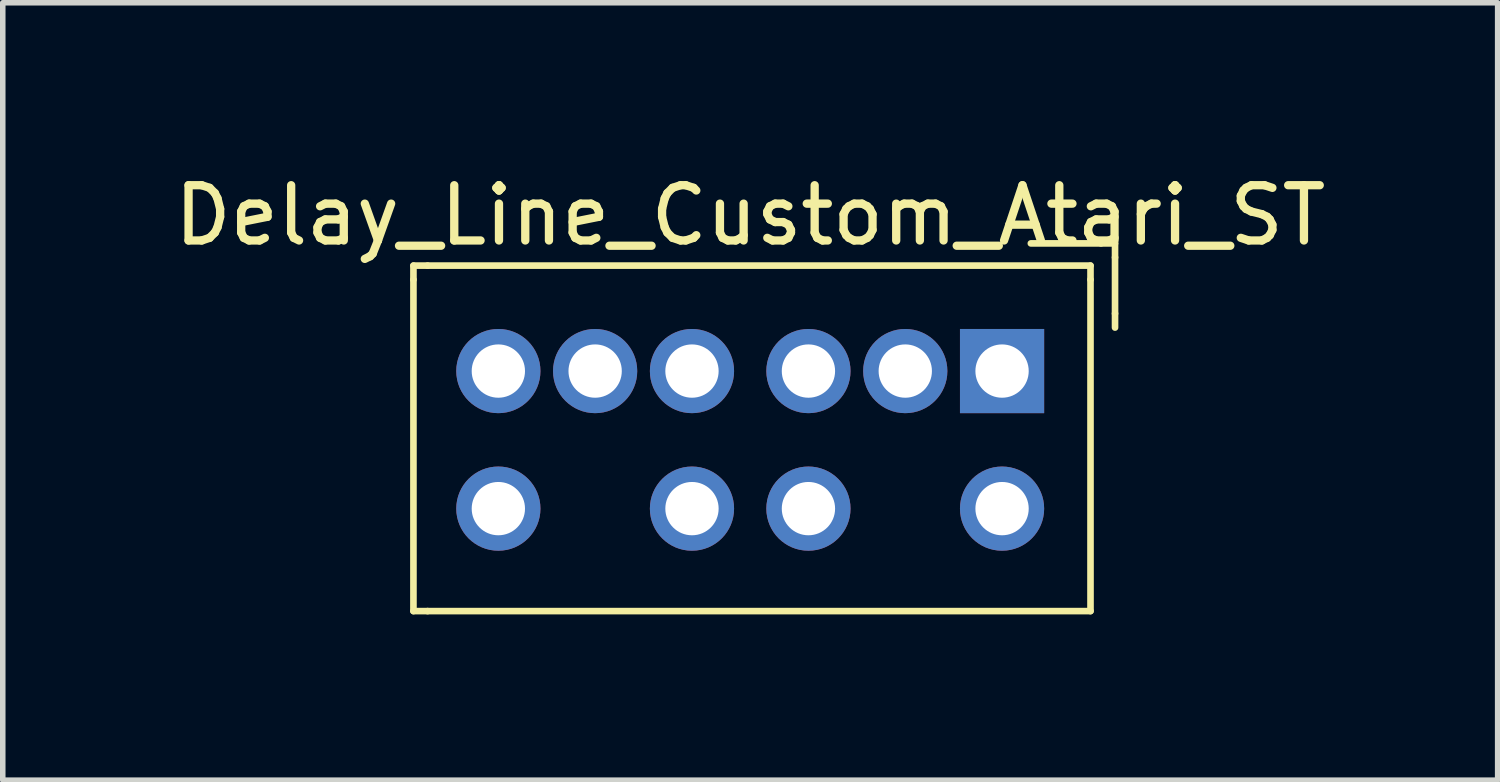
<source format=kicad_pcb>
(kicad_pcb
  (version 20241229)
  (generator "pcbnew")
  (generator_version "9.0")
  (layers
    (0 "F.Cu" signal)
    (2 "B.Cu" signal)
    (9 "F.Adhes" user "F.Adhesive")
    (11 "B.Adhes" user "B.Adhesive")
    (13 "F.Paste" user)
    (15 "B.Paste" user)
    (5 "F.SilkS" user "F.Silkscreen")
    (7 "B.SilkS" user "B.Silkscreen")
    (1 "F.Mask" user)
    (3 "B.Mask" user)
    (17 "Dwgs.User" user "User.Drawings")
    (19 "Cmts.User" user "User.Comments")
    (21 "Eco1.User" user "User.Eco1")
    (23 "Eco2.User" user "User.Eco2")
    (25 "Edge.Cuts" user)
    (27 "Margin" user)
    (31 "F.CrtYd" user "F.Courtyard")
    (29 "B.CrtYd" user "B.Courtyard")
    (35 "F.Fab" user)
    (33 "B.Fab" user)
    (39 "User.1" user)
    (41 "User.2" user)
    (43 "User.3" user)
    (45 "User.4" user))
  (footprint "Delay_Line_Custom_Atari_ST"
    (layer "F.Cu")
    (at 10.53 4.912)
    (property "Reference" "Delay_Line_Custom_Atari_ST" (at 0 -4.064 0) (layer "F.SilkS") (effects (font (size 1 1) (thickness 0.15))))
    (attr through_hole)
    (fp_line (start -6.096 -2.9) (end -6.096 -3.154) (stroke (width 0.12) (type solid)) (layer "F.SilkS"))
    (fp_line (start -6.096 3.1) (end -6.096 -2.9) (stroke (width 0.12) (type solid)) (layer "F.SilkS"))
    (fp_line (start -6.096 3.1) (end -5.84 3.1) (stroke (width 0.12) (type solid)) (layer "F.SilkS"))
    (fp_line (start -5.84 -3.154) (end -6.096 -3.154) (stroke (width 0.12) (type solid)) (layer "F.SilkS"))
    (fp_line (start -5.84 -3.154) (end 6.16 -3.154) (stroke (width 0.12) (type solid)) (layer "F.SilkS"))
    (fp_line (start 5.08 -3.556) (end 6.35 -3.556) (stroke (width 0.12) (type solid)) (layer "F.SilkS"))
    (fp_line (start 6.16 -3.154) (end 6.16 -2.9) (stroke (width 0.12) (type solid)) (layer "F.SilkS"))
    (fp_line (start 6.16 -2.9) (end 6.16 3.1) (stroke (width 0.12) (type solid)) (layer "F.SilkS"))
    (fp_line (start 6.16 3.1) (end -5.84 3.1) (stroke (width 0.12) (type solid)) (layer "F.SilkS"))
    (fp_line (start 6.35 -3.556) (end 6.604 -3.556) (stroke (width 0.12) (type solid)) (layer "F.SilkS"))
    (fp_line (start 6.604 -3.556) (end 6.604 -3.302) (stroke (width 0.12) (type solid)) (layer "F.SilkS"))
    (fp_line (start 6.604 -3.302) (end 6.604 -2.286) (stroke (width 0.12) (type solid)) (layer "F.SilkS"))
    (fp_line (start 6.604 -2.286) (end 6.604 -2.032) (stroke (width 0.12) (type solid)) (layer "F.SilkS"))
    (pad "1" thru_hole rect (at 4.559 -1.245) (size 1.524 1.524) (drill 0.965) (layers "*.Cu" "*.Mask"))
    (pad "2" thru_hole circle (at 2.807 -1.245) (size 1.524 1.524) (drill 0.965) (layers "*.Cu" "*.Mask"))
    (pad "3" thru_hole circle (at 1.054 -1.245) (size 1.524 1.524) (drill 0.965) (layers "*.Cu" "*.Mask"))
    (pad "4" thru_hole circle (at -1.054 -1.245) (size 1.524 1.524) (drill 0.965) (layers "*.Cu" "*.Mask"))
    (pad "5" thru_hole circle (at -2.807 -1.245) (size 1.524 1.524) (drill 0.965) (layers "*.Cu" "*.Mask"))
    (pad "6" thru_hole circle (at -4.559 -1.245) (size 1.524 1.524) (drill 0.965) (layers "*.Cu" "*.Mask"))
    (pad "7" thru_hole circle (at -4.559 1.245) (size 1.524 1.524) (drill 0.965) (layers "*.Cu" "*.Mask"))
    (pad "9" thru_hole circle (at -1.054 1.245) (size 1.524 1.524) (drill 0.965) (layers "*.Cu" "*.Mask"))
    (pad "10" thru_hole circle (at 1.054 1.245) (size 1.524 1.524) (drill 0.965) (layers "*.Cu" "*.Mask"))
    (pad "12" thru_hole circle (at 4.559 1.245) (size 1.524 1.524) (drill 0.965) (layers "*.Cu" "*.Mask")))
  (gr_rect
    (start -3 -3)
    (end 24.06 11.072)
    (stroke (width 0.1) (type default))
    (fill no)
    (layer "Edge.Cuts")))
</source>
